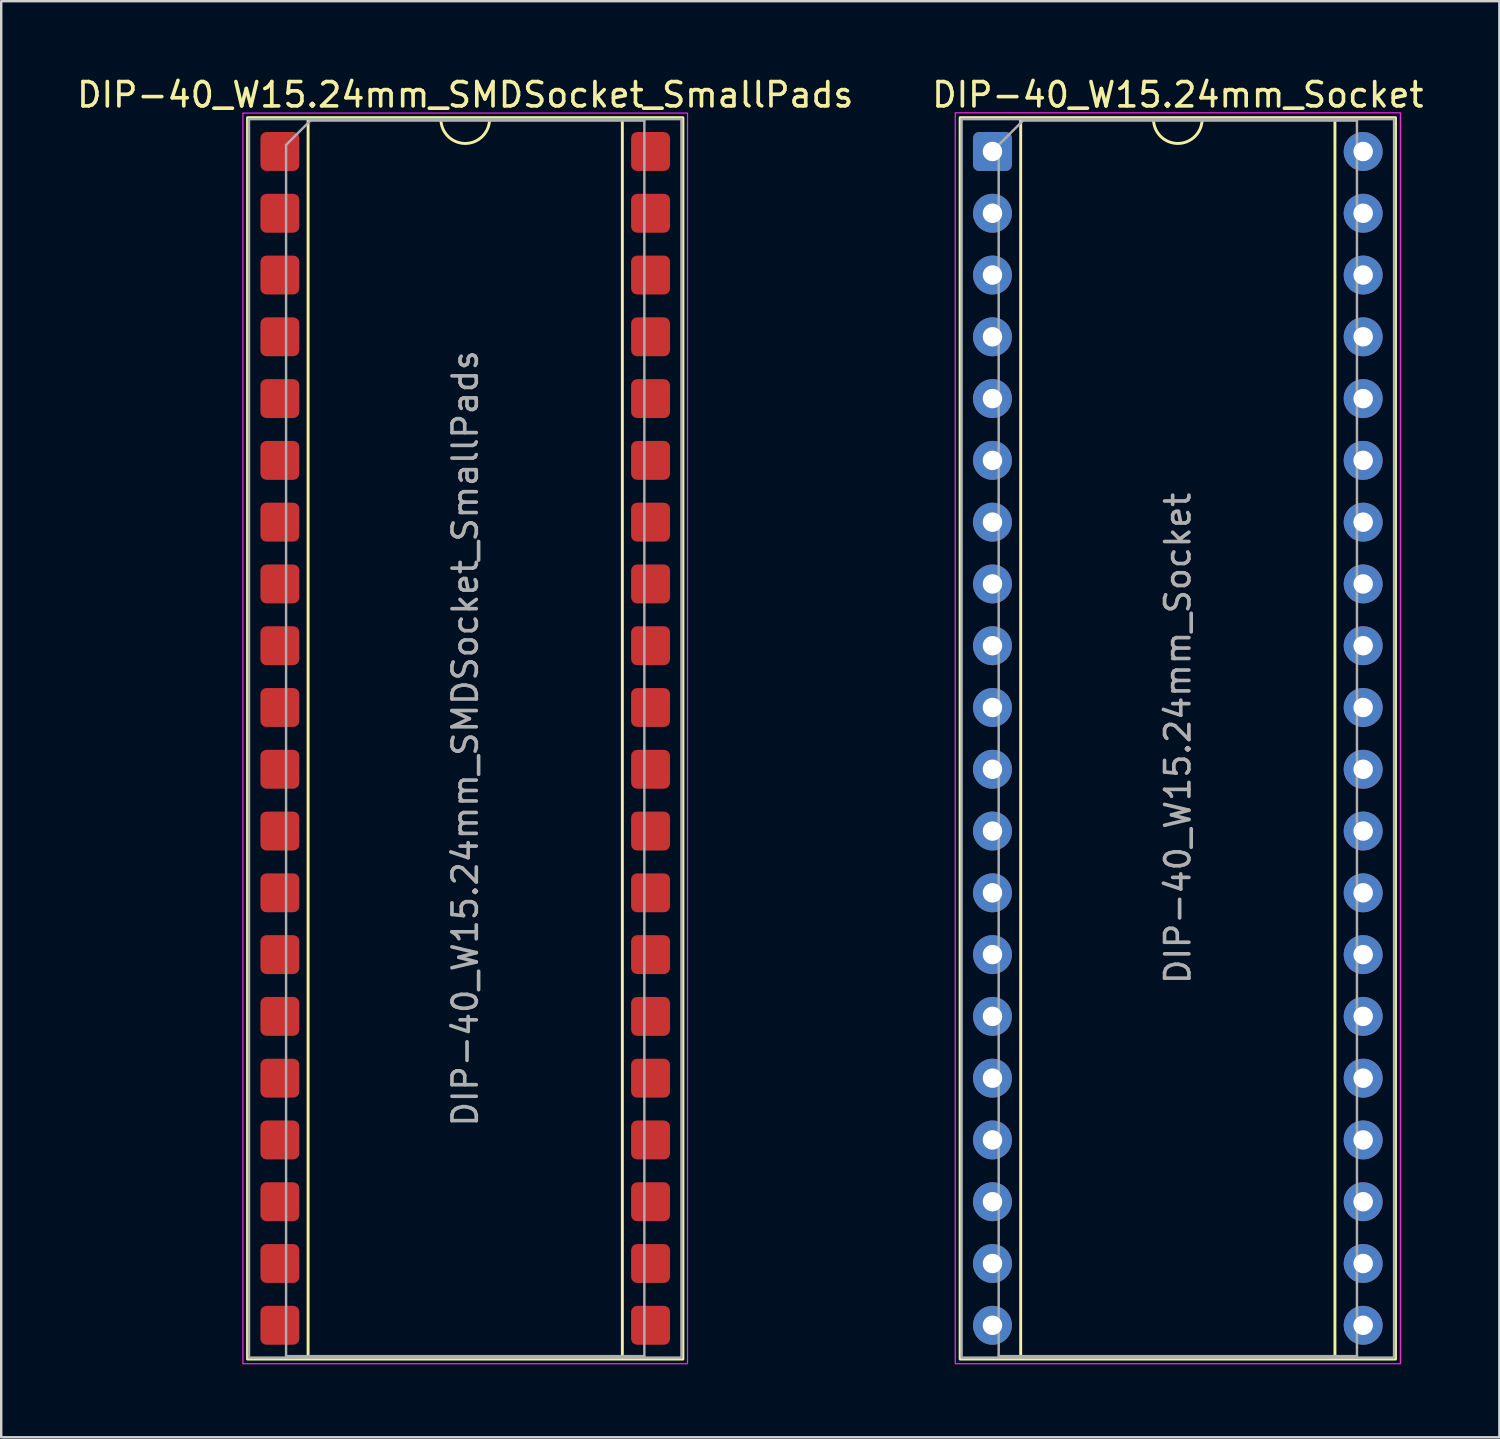
<source format=kicad_pcb>
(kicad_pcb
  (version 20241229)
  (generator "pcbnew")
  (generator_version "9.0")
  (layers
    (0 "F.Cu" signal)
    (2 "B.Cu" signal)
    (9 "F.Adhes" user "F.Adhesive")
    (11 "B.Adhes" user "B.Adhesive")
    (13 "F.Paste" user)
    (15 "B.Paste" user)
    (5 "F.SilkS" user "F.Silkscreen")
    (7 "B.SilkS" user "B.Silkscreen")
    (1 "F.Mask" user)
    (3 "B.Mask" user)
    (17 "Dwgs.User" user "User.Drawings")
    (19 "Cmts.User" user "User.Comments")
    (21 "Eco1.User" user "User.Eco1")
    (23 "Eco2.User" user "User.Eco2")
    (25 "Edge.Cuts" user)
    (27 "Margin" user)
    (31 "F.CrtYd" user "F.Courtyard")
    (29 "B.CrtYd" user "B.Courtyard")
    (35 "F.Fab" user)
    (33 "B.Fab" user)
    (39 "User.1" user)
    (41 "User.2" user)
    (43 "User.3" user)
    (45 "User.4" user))
  (footprint "DIP-40_W15.24mm_Socket"
    (layer "F.Cu")
    (at 37.755 3.178)
    (property "Reference" "DIP-40_W15.24mm_Socket" (at 7.62 -2.33 0) (layer "F.SilkS") (effects (font (size 1 1) (thickness 0.15))))
    (attr through_hole)
    (fp_line (start 1.16 -1.33) (end 1.16 49.59) (stroke (width 0.12) (type solid)) (layer "F.SilkS"))
    (fp_line (start 1.16 49.59) (end 14.08 49.59) (stroke (width 0.12) (type solid)) (layer "F.SilkS"))
    (fp_line (start 6.62 -1.33) (end 1.16 -1.33) (stroke (width 0.12) (type solid)) (layer "F.SilkS"))
    (fp_line (start 14.08 -1.33) (end 8.62 -1.33) (stroke (width 0.12) (type solid)) (layer "F.SilkS"))
    (fp_line (start 14.08 49.59) (end 14.08 -1.33) (stroke (width 0.12) (type solid)) (layer "F.SilkS"))
    (fp_rect (start -1.33 -1.39) (end 16.57 49.65) (stroke (width 0.12) (type solid)) (fill no) (layer "F.SilkS"))
    (fp_arc (start 8.62 -1.33) (mid 7.62 -0.33) (end 6.62 -1.33) (stroke (width 0.12) (type solid)) (layer "F.SilkS"))
    (fp_rect (start -1.53 -1.59) (end 16.77 49.84) (stroke (width 0.05) (type solid)) (fill no) (layer "F.CrtYd"))
    (fp_line (start 0.255 -0.27) (end 1.255 -1.27) (stroke (width 0.1) (type solid)) (layer "F.Fab"))
    (fp_line (start 0.255 49.53) (end 0.255 -0.27) (stroke (width 0.1) (type solid)) (layer "F.Fab"))
    (fp_line (start 1.255 -1.27) (end 14.985 -1.27) (stroke (width 0.1) (type solid)) (layer "F.Fab"))
    (fp_line (start 14.985 -1.27) (end 14.985 49.53) (stroke (width 0.1) (type solid)) (layer "F.Fab"))
    (fp_line (start 14.985 49.53) (end 0.255 49.53) (stroke (width 0.1) (type solid)) (layer "F.Fab"))
    (fp_rect (start -1.27 -1.33) (end 16.51 49.59) (stroke (width 0.1) (type solid)) (fill no) (layer "F.Fab"))
    (fp_text user "${REFERENCE}" (at 7.62 24.13 90) (layer "F.Fab") (effects (font (size 1 1) (thickness 0.15))))
    (pad "1" thru_hole roundrect (at 0 0) (size 1.6 1.6) (drill 0.8) (layers "*.Cu" "*.Mask") (roundrect_rratio 0.156))
    (pad "2" thru_hole circle (at 0 2.54) (size 1.6 1.6) (drill 0.8) (layers "*.Cu" "*.Mask"))
    (pad "3" thru_hole circle (at 0 5.08) (size 1.6 1.6) (drill 0.8) (layers "*.Cu" "*.Mask"))
    (pad "4" thru_hole circle (at 0 7.62) (size 1.6 1.6) (drill 0.8) (layers "*.Cu" "*.Mask"))
    (pad "5" thru_hole circle (at 0 10.16) (size 1.6 1.6) (drill 0.8) (layers "*.Cu" "*.Mask"))
    (pad "6" thru_hole circle (at 0 12.7) (size 1.6 1.6) (drill 0.8) (layers "*.Cu" "*.Mask"))
    (pad "7" thru_hole circle (at 0 15.24) (size 1.6 1.6) (drill 0.8) (layers "*.Cu" "*.Mask"))
    (pad "8" thru_hole circle (at 0 17.78) (size 1.6 1.6) (drill 0.8) (layers "*.Cu" "*.Mask"))
    (pad "9" thru_hole circle (at 0 20.32) (size 1.6 1.6) (drill 0.8) (layers "*.Cu" "*.Mask"))
    (pad "10" thru_hole circle (at 0 22.86) (size 1.6 1.6) (drill 0.8) (layers "*.Cu" "*.Mask"))
    (pad "11" thru_hole circle (at 0 25.4) (size 1.6 1.6) (drill 0.8) (layers "*.Cu" "*.Mask"))
    (pad "12" thru_hole circle (at 0 27.94) (size 1.6 1.6) (drill 0.8) (layers "*.Cu" "*.Mask"))
    (pad "13" thru_hole circle (at 0 30.48) (size 1.6 1.6) (drill 0.8) (layers "*.Cu" "*.Mask"))
    (pad "14" thru_hole circle (at 0 33.02) (size 1.6 1.6) (drill 0.8) (layers "*.Cu" "*.Mask"))
    (pad "15" thru_hole circle (at 0 35.56) (size 1.6 1.6) (drill 0.8) (layers "*.Cu" "*.Mask"))
    (pad "16" thru_hole circle (at 0 38.1) (size 1.6 1.6) (drill 0.8) (layers "*.Cu" "*.Mask"))
    (pad "17" thru_hole circle (at 0 40.64) (size 1.6 1.6) (drill 0.8) (layers "*.Cu" "*.Mask"))
    (pad "18" thru_hole circle (at 0 43.18) (size 1.6 1.6) (drill 0.8) (layers "*.Cu" "*.Mask"))
    (pad "19" thru_hole circle (at 0 45.72) (size 1.6 1.6) (drill 0.8) (layers "*.Cu" "*.Mask"))
    (pad "20" thru_hole circle (at 0 48.26) (size 1.6 1.6) (drill 0.8) (layers "*.Cu" "*.Mask"))
    (pad "21" thru_hole circle (at 15.24 48.26) (size 1.6 1.6) (drill 0.8) (layers "*.Cu" "*.Mask"))
    (pad "22" thru_hole circle (at 15.24 45.72) (size 1.6 1.6) (drill 0.8) (layers "*.Cu" "*.Mask"))
    (pad "23" thru_hole circle (at 15.24 43.18) (size 1.6 1.6) (drill 0.8) (layers "*.Cu" "*.Mask"))
    (pad "24" thru_hole circle (at 15.24 40.64) (size 1.6 1.6) (drill 0.8) (layers "*.Cu" "*.Mask"))
    (pad "25" thru_hole circle (at 15.24 38.1) (size 1.6 1.6) (drill 0.8) (layers "*.Cu" "*.Mask"))
    (pad "26" thru_hole circle (at 15.24 35.56) (size 1.6 1.6) (drill 0.8) (layers "*.Cu" "*.Mask"))
    (pad "27" thru_hole circle (at 15.24 33.02) (size 1.6 1.6) (drill 0.8) (layers "*.Cu" "*.Mask"))
    (pad "28" thru_hole circle (at 15.24 30.48) (size 1.6 1.6) (drill 0.8) (layers "*.Cu" "*.Mask"))
    (pad "29" thru_hole circle (at 15.24 27.94) (size 1.6 1.6) (drill 0.8) (layers "*.Cu" "*.Mask"))
    (pad "30" thru_hole circle (at 15.24 25.4) (size 1.6 1.6) (drill 0.8) (layers "*.Cu" "*.Mask"))
    (pad "31" thru_hole circle (at 15.24 22.86) (size 1.6 1.6) (drill 0.8) (layers "*.Cu" "*.Mask"))
    (pad "32" thru_hole circle (at 15.24 20.32) (size 1.6 1.6) (drill 0.8) (layers "*.Cu" "*.Mask"))
    (pad "33" thru_hole circle (at 15.24 17.78) (size 1.6 1.6) (drill 0.8) (layers "*.Cu" "*.Mask"))
    (pad "34" thru_hole circle (at 15.24 15.24) (size 1.6 1.6) (drill 0.8) (layers "*.Cu" "*.Mask"))
    (pad "35" thru_hole circle (at 15.24 12.7) (size 1.6 1.6) (drill 0.8) (layers "*.Cu" "*.Mask"))
    (pad "36" thru_hole circle (at 15.24 10.16) (size 1.6 1.6) (drill 0.8) (layers "*.Cu" "*.Mask"))
    (pad "37" thru_hole circle (at 15.24 7.62) (size 1.6 1.6) (drill 0.8) (layers "*.Cu" "*.Mask"))
    (pad "38" thru_hole circle (at 15.24 5.08) (size 1.6 1.6) (drill 0.8) (layers "*.Cu" "*.Mask"))
    (pad "39" thru_hole circle (at 15.24 2.54) (size 1.6 1.6) (drill 0.8) (layers "*.Cu" "*.Mask"))
    (pad "40" thru_hole circle (at 15.24 0) (size 1.6 1.6) (drill 0.8) (layers "*.Cu" "*.Mask")))
  (footprint "DIP-40_W15.24mm_SMDSocket_SmallPads"
    (layer "F.Cu")
    (at 16.077 27.308)
    (property "Reference" "DIP-40_W15.24mm_SMDSocket_SmallPads" (at 0 -26.46 0) (layer "F.SilkS") (effects (font (size 1 1) (thickness 0.15))))
    (attr smd)
    (fp_line (start -6.46 -25.46) (end -6.46 25.46) (stroke (width 0.12) (type solid)) (layer "F.SilkS"))
    (fp_line (start -6.46 25.46) (end 6.46 25.46) (stroke (width 0.12) (type solid)) (layer "F.SilkS"))
    (fp_line (start -1 -25.46) (end -6.46 -25.46) (stroke (width 0.12) (type solid)) (layer "F.SilkS"))
    (fp_line (start 6.46 -25.46) (end 1 -25.46) (stroke (width 0.12) (type solid)) (layer "F.SilkS"))
    (fp_line (start 6.46 25.46) (end 6.46 -25.46) (stroke (width 0.12) (type solid)) (layer "F.SilkS"))
    (fp_rect (start -8.95 -25.52) (end 8.95 25.52) (stroke (width 0.12) (type solid)) (fill no) (layer "F.SilkS"))
    (fp_arc (start 1 -25.46) (mid 0 -24.46) (end -1 -25.46) (stroke (width 0.12) (type solid)) (layer "F.SilkS"))
    (fp_rect (start -9.14 -25.71) (end 9.14 25.71) (stroke (width 0.05) (type solid)) (fill no) (layer "F.CrtYd"))
    (fp_line (start -7.365 -24.4) (end -6.365 -25.4) (stroke (width 0.1) (type solid)) (layer "F.Fab"))
    (fp_line (start -7.365 25.4) (end -7.365 -24.4) (stroke (width 0.1) (type solid)) (layer "F.Fab"))
    (fp_line (start -6.365 -25.4) (end 7.365 -25.4) (stroke (width 0.1) (type solid)) (layer "F.Fab"))
    (fp_line (start 7.365 -25.4) (end 7.365 25.4) (stroke (width 0.1) (type solid)) (layer "F.Fab"))
    (fp_line (start 7.365 25.4) (end -7.365 25.4) (stroke (width 0.1) (type solid)) (layer "F.Fab"))
    (fp_rect (start -8.89 -25.46) (end 8.89 25.46) (stroke (width 0.1) (type solid)) (fill no) (layer "F.Fab"))
    (fp_text user "${REFERENCE}" (at 0 0 90) (layer "F.Fab") (effects (font (size 1 1) (thickness 0.15))))
    (pad "1" smd roundrect (at -7.62 -24.13) (size 1.6 1.6) (layers "F.Cu" "F.Mask" "F.Paste") (roundrect_rratio 0.156))
    (pad "2" smd roundrect (at -7.62 -21.59) (size 1.6 1.6) (layers "F.Cu" "F.Mask" "F.Paste") (roundrect_rratio 0.156))
    (pad "3" smd roundrect (at -7.62 -19.05) (size 1.6 1.6) (layers "F.Cu" "F.Mask" "F.Paste") (roundrect_rratio 0.156))
    (pad "4" smd roundrect (at -7.62 -16.51) (size 1.6 1.6) (layers "F.Cu" "F.Mask" "F.Paste") (roundrect_rratio 0.156))
    (pad "5" smd roundrect (at -7.62 -13.97) (size 1.6 1.6) (layers "F.Cu" "F.Mask" "F.Paste") (roundrect_rratio 0.156))
    (pad "6" smd roundrect (at -7.62 -11.43) (size 1.6 1.6) (layers "F.Cu" "F.Mask" "F.Paste") (roundrect_rratio 0.156))
    (pad "7" smd roundrect (at -7.62 -8.89) (size 1.6 1.6) (layers "F.Cu" "F.Mask" "F.Paste") (roundrect_rratio 0.156))
    (pad "8" smd roundrect (at -7.62 -6.35) (size 1.6 1.6) (layers "F.Cu" "F.Mask" "F.Paste") (roundrect_rratio 0.156))
    (pad "9" smd roundrect (at -7.62 -3.81) (size 1.6 1.6) (layers "F.Cu" "F.Mask" "F.Paste") (roundrect_rratio 0.156))
    (pad "10" smd roundrect (at -7.62 -1.27) (size 1.6 1.6) (layers "F.Cu" "F.Mask" "F.Paste") (roundrect_rratio 0.156))
    (pad "11" smd roundrect (at -7.62 1.27) (size 1.6 1.6) (layers "F.Cu" "F.Mask" "F.Paste") (roundrect_rratio 0.156))
    (pad "12" smd roundrect (at -7.62 3.81) (size 1.6 1.6) (layers "F.Cu" "F.Mask" "F.Paste") (roundrect_rratio 0.156))
    (pad "13" smd roundrect (at -7.62 6.35) (size 1.6 1.6) (layers "F.Cu" "F.Mask" "F.Paste") (roundrect_rratio 0.156))
    (pad "14" smd roundrect (at -7.62 8.89) (size 1.6 1.6) (layers "F.Cu" "F.Mask" "F.Paste") (roundrect_rratio 0.156))
    (pad "15" smd roundrect (at -7.62 11.43) (size 1.6 1.6) (layers "F.Cu" "F.Mask" "F.Paste") (roundrect_rratio 0.156))
    (pad "16" smd roundrect (at -7.62 13.97) (size 1.6 1.6) (layers "F.Cu" "F.Mask" "F.Paste") (roundrect_rratio 0.156))
    (pad "17" smd roundrect (at -7.62 16.51) (size 1.6 1.6) (layers "F.Cu" "F.Mask" "F.Paste") (roundrect_rratio 0.156))
    (pad "18" smd roundrect (at -7.62 19.05) (size 1.6 1.6) (layers "F.Cu" "F.Mask" "F.Paste") (roundrect_rratio 0.156))
    (pad "19" smd roundrect (at -7.62 21.59) (size 1.6 1.6) (layers "F.Cu" "F.Mask" "F.Paste") (roundrect_rratio 0.156))
    (pad "20" smd roundrect (at -7.62 24.13) (size 1.6 1.6) (layers "F.Cu" "F.Mask" "F.Paste") (roundrect_rratio 0.156))
    (pad "21" smd roundrect (at 7.62 24.13) (size 1.6 1.6) (layers "F.Cu" "F.Mask" "F.Paste") (roundrect_rratio 0.156))
    (pad "22" smd roundrect (at 7.62 21.59) (size 1.6 1.6) (layers "F.Cu" "F.Mask" "F.Paste") (roundrect_rratio 0.156))
    (pad "23" smd roundrect (at 7.62 19.05) (size 1.6 1.6) (layers "F.Cu" "F.Mask" "F.Paste") (roundrect_rratio 0.156))
    (pad "24" smd roundrect (at 7.62 16.51) (size 1.6 1.6) (layers "F.Cu" "F.Mask" "F.Paste") (roundrect_rratio 0.156))
    (pad "25" smd roundrect (at 7.62 13.97) (size 1.6 1.6) (layers "F.Cu" "F.Mask" "F.Paste") (roundrect_rratio 0.156))
    (pad "26" smd roundrect (at 7.62 11.43) (size 1.6 1.6) (layers "F.Cu" "F.Mask" "F.Paste") (roundrect_rratio 0.156))
    (pad "27" smd roundrect (at 7.62 8.89) (size 1.6 1.6) (layers "F.Cu" "F.Mask" "F.Paste") (roundrect_rratio 0.156))
    (pad "28" smd roundrect (at 7.62 6.35) (size 1.6 1.6) (layers "F.Cu" "F.Mask" "F.Paste") (roundrect_rratio 0.156))
    (pad "29" smd roundrect (at 7.62 3.81) (size 1.6 1.6) (layers "F.Cu" "F.Mask" "F.Paste") (roundrect_rratio 0.156))
    (pad "30" smd roundrect (at 7.62 1.27) (size 1.6 1.6) (layers "F.Cu" "F.Mask" "F.Paste") (roundrect_rratio 0.156))
    (pad "31" smd roundrect (at 7.62 -1.27) (size 1.6 1.6) (layers "F.Cu" "F.Mask" "F.Paste") (roundrect_rratio 0.156))
    (pad "32" smd roundrect (at 7.62 -3.81) (size 1.6 1.6) (layers "F.Cu" "F.Mask" "F.Paste") (roundrect_rratio 0.156))
    (pad "33" smd roundrect (at 7.62 -6.35) (size 1.6 1.6) (layers "F.Cu" "F.Mask" "F.Paste") (roundrect_rratio 0.156))
    (pad "34" smd roundrect (at 7.62 -8.89) (size 1.6 1.6) (layers "F.Cu" "F.Mask" "F.Paste") (roundrect_rratio 0.156))
    (pad "35" smd roundrect (at 7.62 -11.43) (size 1.6 1.6) (layers "F.Cu" "F.Mask" "F.Paste") (roundrect_rratio 0.156))
    (pad "36" smd roundrect (at 7.62 -13.97) (size 1.6 1.6) (layers "F.Cu" "F.Mask" "F.Paste") (roundrect_rratio 0.156))
    (pad "37" smd roundrect (at 7.62 -16.51) (size 1.6 1.6) (layers "F.Cu" "F.Mask" "F.Paste") (roundrect_rratio 0.156))
    (pad "38" smd roundrect (at 7.62 -19.05) (size 1.6 1.6) (layers "F.Cu" "F.Mask" "F.Paste") (roundrect_rratio 0.156))
    (pad "39" smd roundrect (at 7.62 -21.59) (size 1.6 1.6) (layers "F.Cu" "F.Mask" "F.Paste") (roundrect_rratio 0.156))
    (pad "40" smd roundrect (at 7.62 -24.13) (size 1.6 1.6) (layers "F.Cu" "F.Mask" "F.Paste") (roundrect_rratio 0.156)))
  (gr_rect
    (start -3 -3)
    (end 58.595 56.043)
    (stroke (width 0.1) (type default))
    (fill no)
    (layer "Edge.Cuts")))
</source>
